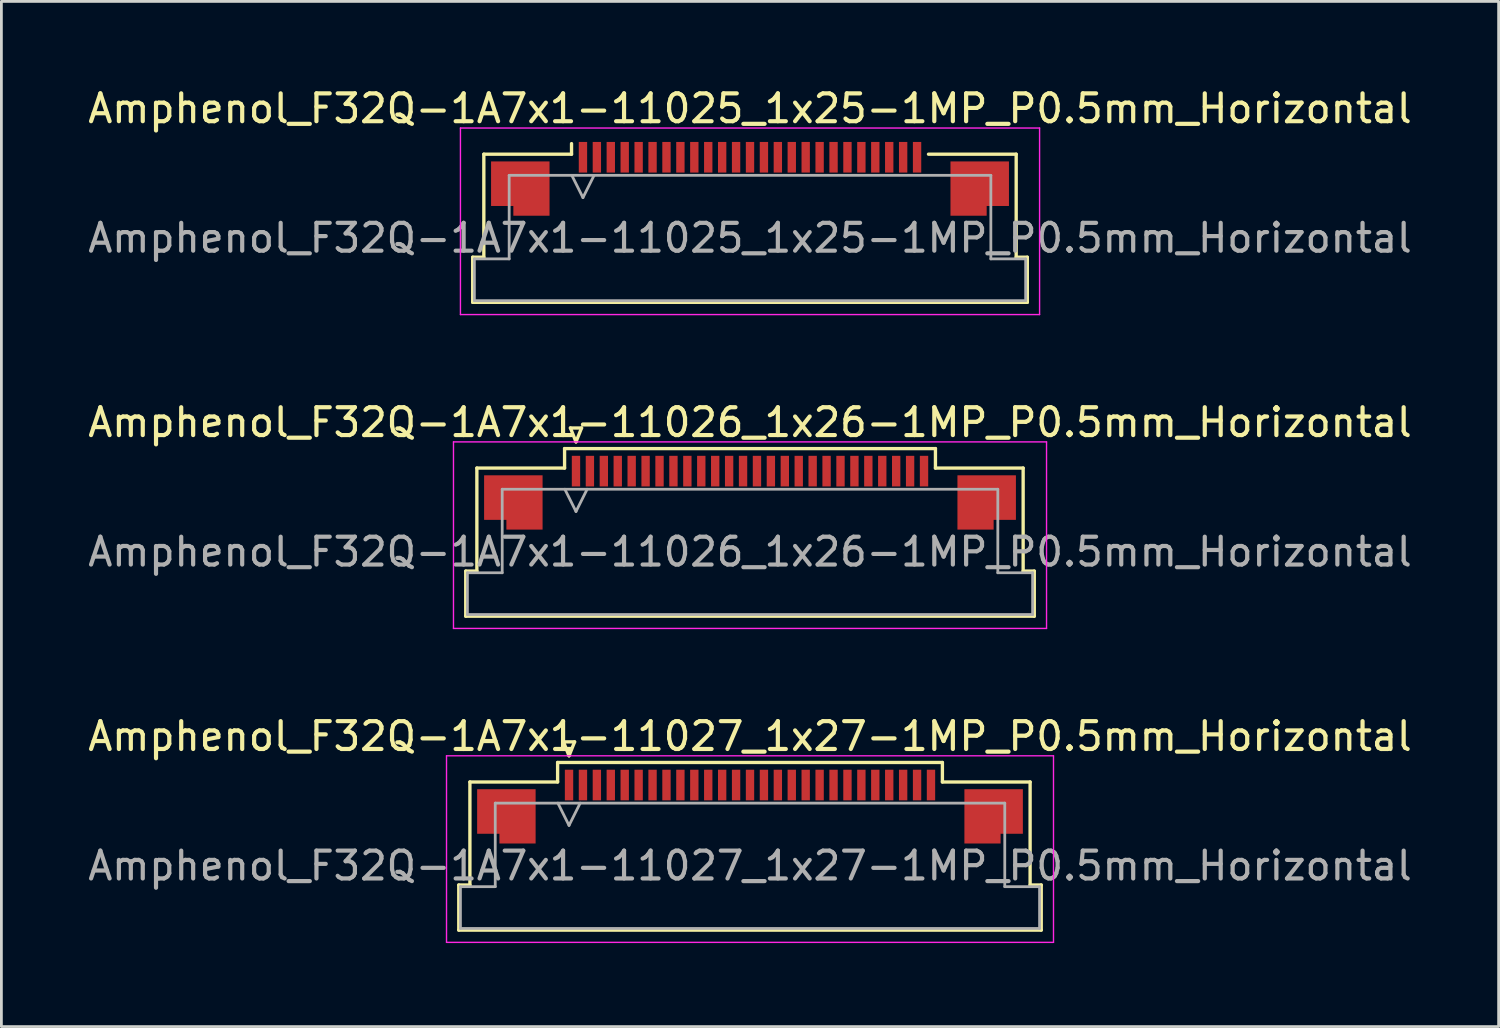
<source format=kicad_pcb>
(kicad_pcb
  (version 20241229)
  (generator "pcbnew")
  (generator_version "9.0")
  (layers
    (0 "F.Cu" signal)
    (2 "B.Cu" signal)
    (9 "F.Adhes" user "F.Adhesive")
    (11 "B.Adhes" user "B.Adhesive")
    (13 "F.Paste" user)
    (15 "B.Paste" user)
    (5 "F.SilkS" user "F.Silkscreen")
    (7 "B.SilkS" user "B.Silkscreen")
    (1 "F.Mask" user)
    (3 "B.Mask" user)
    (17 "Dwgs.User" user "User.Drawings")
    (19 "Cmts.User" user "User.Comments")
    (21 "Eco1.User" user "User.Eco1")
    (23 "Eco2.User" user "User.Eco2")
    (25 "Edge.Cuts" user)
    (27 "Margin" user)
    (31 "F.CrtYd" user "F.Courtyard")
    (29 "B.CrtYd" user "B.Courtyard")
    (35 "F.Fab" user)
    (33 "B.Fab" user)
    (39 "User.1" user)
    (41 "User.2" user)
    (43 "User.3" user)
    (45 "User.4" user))
  (footprint "Amphenol_F32Q-1A7x1-11025_1x25-1MP_P0.5mm_Horizontal"
    (layer "F.Cu")
    (at 23.887 5.498)
    (property "Reference" "Amphenol_F32Q-1A7x1-11025_1x25-1MP_P0.5mm_Horizontal" (at 0 -4.65 0) (layer "F.SilkS") (effects (font (size 1 1) (thickness 0.15))))
    (attr smd)
    (fp_line (start -9.96 0.69) (end -9.56 0.69) (stroke (width 0.12) (type solid)) (layer "F.SilkS"))
    (fp_line (start -9.96 2.31) (end -9.96 0.69) (stroke (width 0.12) (type solid)) (layer "F.SilkS"))
    (fp_line (start -9.56 -3.01) (end -6.41 -3.01) (stroke (width 0.12) (type solid)) (layer "F.SilkS"))
    (fp_line (start -9.56 0.69) (end -9.56 -3.01) (stroke (width 0.12) (type solid)) (layer "F.SilkS"))
    (fp_line (start -6.41 -3.01) (end -6.41 -3.39) (stroke (width 0.12) (type solid)) (layer "F.SilkS"))
    (fp_line (start 6.41 -3.01) (end 9.56 -3.01) (stroke (width 0.12) (type solid)) (layer "F.SilkS"))
    (fp_line (start 9.56 -3.01) (end 9.56 0.69) (stroke (width 0.12) (type solid)) (layer "F.SilkS"))
    (fp_line (start 9.56 0.69) (end 9.96 0.69) (stroke (width 0.12) (type solid)) (layer "F.SilkS"))
    (fp_line (start 9.96 0.69) (end 9.96 2.31) (stroke (width 0.12) (type solid)) (layer "F.SilkS"))
    (fp_line (start 9.96 2.31) (end -9.96 2.31) (stroke (width 0.12) (type solid)) (layer "F.SilkS"))
    (fp_line (start -10.4 -3.95) (end -10.4 2.75) (stroke (width 0.05) (type solid)) (layer "F.CrtYd"))
    (fp_line (start -10.4 2.75) (end 10.4 2.75) (stroke (width 0.05) (type solid)) (layer "F.CrtYd"))
    (fp_line (start 10.4 -3.95) (end -10.4 -3.95) (stroke (width 0.05) (type solid)) (layer "F.CrtYd"))
    (fp_line (start 10.4 2.75) (end 10.4 -3.95) (stroke (width 0.05) (type solid)) (layer "F.CrtYd"))
    (fp_line (start -9.9 0.75) (end -8.65 0.75) (stroke (width 0.1) (type solid)) (layer "F.Fab"))
    (fp_line (start -9.9 2.25) (end -9.9 0.75) (stroke (width 0.1) (type solid)) (layer "F.Fab"))
    (fp_line (start -8.65 -2.25) (end 8.65 -2.25) (stroke (width 0.1) (type solid)) (layer "F.Fab"))
    (fp_line (start -8.65 0.75) (end -8.65 -2.25) (stroke (width 0.1) (type solid)) (layer "F.Fab"))
    (fp_line (start -6.4 -2.25) (end -6 -1.45) (stroke (width 0.1) (type solid)) (layer "F.Fab"))
    (fp_line (start -6 -1.45) (end -5.6 -2.25) (stroke (width 0.1) (type solid)) (layer "F.Fab"))
    (fp_line (start 8.65 -2.25) (end 8.65 0.75) (stroke (width 0.1) (type solid)) (layer "F.Fab"))
    (fp_line (start 8.65 0.75) (end 9.9 0.75) (stroke (width 0.1) (type solid)) (layer "F.Fab"))
    (fp_line (start 9.9 0.75) (end 9.9 2.25) (stroke (width 0.1) (type solid)) (layer "F.Fab"))
    (fp_line (start 9.9 2.25) (end -9.9 2.25) (stroke (width 0.1) (type solid)) (layer "F.Fab"))
    (fp_text user "${REFERENCE}" (at 0 0 0) (layer "F.Fab") (effects (font (size 1 1) (thickness 0.15))))
    (pad "1" smd rect (at -6 -2.9) (size 0.3 1.1) (layers "F.Cu" "F.Mask" "F.Paste"))
    (pad "2" smd rect (at -5.5 -2.9) (size 0.3 1.1) (layers "F.Cu" "F.Mask" "F.Paste"))
    (pad "3" smd rect (at -5 -2.9) (size 0.3 1.1) (layers "F.Cu" "F.Mask" "F.Paste"))
    (pad "4" smd rect (at -4.5 -2.9) (size 0.3 1.1) (layers "F.Cu" "F.Mask" "F.Paste"))
    (pad "5" smd rect (at -4 -2.9) (size 0.3 1.1) (layers "F.Cu" "F.Mask" "F.Paste"))
    (pad "6" smd rect (at -3.5 -2.9) (size 0.3 1.1) (layers "F.Cu" "F.Mask" "F.Paste"))
    (pad "7" smd rect (at -3 -2.9) (size 0.3 1.1) (layers "F.Cu" "F.Mask" "F.Paste"))
    (pad "8" smd rect (at -2.5 -2.9) (size 0.3 1.1) (layers "F.Cu" "F.Mask" "F.Paste"))
    (pad "9" smd rect (at -2 -2.9) (size 0.3 1.1) (layers "F.Cu" "F.Mask" "F.Paste"))
    (pad "10" smd rect (at -1.5 -2.9) (size 0.3 1.1) (layers "F.Cu" "F.Mask" "F.Paste"))
    (pad "11" smd rect (at -1 -2.9) (size 0.3 1.1) (layers "F.Cu" "F.Mask" "F.Paste"))
    (pad "12" smd rect (at -0.5 -2.9) (size 0.3 1.1) (layers "F.Cu" "F.Mask" "F.Paste"))
    (pad "13" smd rect (at 0 -2.9) (size 0.3 1.1) (layers "F.Cu" "F.Mask" "F.Paste"))
    (pad "14" smd rect (at 0.5 -2.9) (size 0.3 1.1) (layers "F.Cu" "F.Mask" "F.Paste"))
    (pad "15" smd rect (at 1 -2.9) (size 0.3 1.1) (layers "F.Cu" "F.Mask" "F.Paste"))
    (pad "16" smd rect (at 1.5 -2.9) (size 0.3 1.1) (layers "F.Cu" "F.Mask" "F.Paste"))
    (pad "17" smd rect (at 2 -2.9) (size 0.3 1.1) (layers "F.Cu" "F.Mask" "F.Paste"))
    (pad "18" smd rect (at 2.5 -2.9) (size 0.3 1.1) (layers "F.Cu" "F.Mask" "F.Paste"))
    (pad "19" smd rect (at 3 -2.9) (size 0.3 1.1) (layers "F.Cu" "F.Mask" "F.Paste"))
    (pad "20" smd rect (at 3.5 -2.9) (size 0.3 1.1) (layers "F.Cu" "F.Mask" "F.Paste"))
    (pad "21" smd rect (at 4 -2.9) (size 0.3 1.1) (layers "F.Cu" "F.Mask" "F.Paste"))
    (pad "22" smd rect (at 4.5 -2.9) (size 0.3 1.1) (layers "F.Cu" "F.Mask" "F.Paste"))
    (pad "23" smd rect (at 5 -2.9) (size 0.3 1.1) (layers "F.Cu" "F.Mask" "F.Paste"))
    (pad "24" smd rect (at 5.5 -2.9) (size 0.3 1.1) (layers "F.Cu" "F.Mask" "F.Paste"))
    (pad "25" smd rect (at 6 -2.9) (size 0.3 1.1) (layers "F.Cu" "F.Mask" "F.Paste"))
    (pad "MP" smd custom (at -8.25 -1.775) (size 1 1) (layers "F.Cu" "F.Mask" "F.Paste") (options (anchor circle)) (primitives (gr_poly (pts (xy 1.05 -0.975) (xy 1.05 0.975) (xy -0.25 0.975) (xy -0.25 0.625) (xy -1.05 0.625) (xy -1.05 -0.975) (xy 1.05 -0.975)) (width 0) (fill yes))))
    (pad "MP" smd custom (at 8.25 -1.775) (size 1 1) (layers "F.Cu" "F.Mask" "F.Paste") (options (anchor circle)) (primitives (gr_poly (pts (xy -1.05 -0.975) (xy -1.05 0.975) (xy 0.25 0.975) (xy 0.25 0.625) (xy 1.05 0.625) (xy 1.05 -0.975) (xy -1.05 -0.975)) (width 0) (fill yes)))))
  (footprint "Amphenol_F32Q-1A7x1-11026_1x26-1MP_P0.5mm_Horizontal"
    (layer "F.Cu")
    (at 23.887 16.771)
    (property "Reference" "Amphenol_F32Q-1A7x1-11026_1x26-1MP_P0.5mm_Horizontal" (at 0 -4.65 0) (layer "F.SilkS") (effects (font (size 1 1) (thickness 0.15))))
    (attr smd)
    (fp_line (start -10.21 0.69) (end -9.81 0.69) (stroke (width 0.12) (type solid)) (layer "F.SilkS"))
    (fp_line (start -10.21 2.31) (end -10.21 0.69) (stroke (width 0.12) (type solid)) (layer "F.SilkS"))
    (fp_line (start -9.81 -3.01) (end -6.66 -3.01) (stroke (width 0.12) (type solid)) (layer "F.SilkS"))
    (fp_line (start -9.81 0.69) (end -9.81 -3.01) (stroke (width 0.12) (type solid)) (layer "F.SilkS"))
    (fp_line (start -6.66 -3.71) (end 6.66 -3.71) (stroke (width 0.12) (type solid)) (layer "F.SilkS"))
    (fp_line (start -6.66 -3.01) (end -6.66 -3.71) (stroke (width 0.12) (type solid)) (layer "F.SilkS"))
    (fp_line (start -6.45 -4.45) (end -6.25 -3.95) (stroke (width 0.12) (type solid)) (layer "F.SilkS"))
    (fp_line (start -6.25 -3.95) (end -6.05 -4.45) (stroke (width 0.12) (type solid)) (layer "F.SilkS"))
    (fp_line (start -6.05 -4.45) (end -6.45 -4.45) (stroke (width 0.12) (type solid)) (layer "F.SilkS"))
    (fp_line (start 6.66 -3.71) (end 6.66 -3.01) (stroke (width 0.12) (type solid)) (layer "F.SilkS"))
    (fp_line (start 6.66 -3.01) (end 9.81 -3.01) (stroke (width 0.12) (type solid)) (layer "F.SilkS"))
    (fp_line (start 9.81 -3.01) (end 9.81 0.69) (stroke (width 0.12) (type solid)) (layer "F.SilkS"))
    (fp_line (start 9.81 0.69) (end 10.21 0.69) (stroke (width 0.12) (type solid)) (layer "F.SilkS"))
    (fp_line (start 10.21 0.69) (end 10.21 2.31) (stroke (width 0.12) (type solid)) (layer "F.SilkS"))
    (fp_line (start 10.21 2.31) (end -10.21 2.31) (stroke (width 0.12) (type solid)) (layer "F.SilkS"))
    (fp_line (start -10.65 -3.95) (end -10.65 2.75) (stroke (width 0.05) (type solid)) (layer "F.CrtYd"))
    (fp_line (start -10.65 2.75) (end 10.65 2.75) (stroke (width 0.05) (type solid)) (layer "F.CrtYd"))
    (fp_line (start 10.65 -3.95) (end -10.65 -3.95) (stroke (width 0.05) (type solid)) (layer "F.CrtYd"))
    (fp_line (start 10.65 2.75) (end 10.65 -3.95) (stroke (width 0.05) (type solid)) (layer "F.CrtYd"))
    (fp_line (start -10.15 0.75) (end -8.9 0.75) (stroke (width 0.1) (type solid)) (layer "F.Fab"))
    (fp_line (start -10.15 2.25) (end -10.15 0.75) (stroke (width 0.1) (type solid)) (layer "F.Fab"))
    (fp_line (start -8.9 -2.25) (end 8.9 -2.25) (stroke (width 0.1) (type solid)) (layer "F.Fab"))
    (fp_line (start -8.9 0.75) (end -8.9 -2.25) (stroke (width 0.1) (type solid)) (layer "F.Fab"))
    (fp_line (start -6.65 -2.25) (end -6.25 -1.45) (stroke (width 0.1) (type solid)) (layer "F.Fab"))
    (fp_line (start -6.25 -1.45) (end -5.85 -2.25) (stroke (width 0.1) (type solid)) (layer "F.Fab"))
    (fp_line (start 8.9 -2.25) (end 8.9 0.75) (stroke (width 0.1) (type solid)) (layer "F.Fab"))
    (fp_line (start 8.9 0.75) (end 10.15 0.75) (stroke (width 0.1) (type solid)) (layer "F.Fab"))
    (fp_line (start 10.15 0.75) (end 10.15 2.25) (stroke (width 0.1) (type solid)) (layer "F.Fab"))
    (fp_line (start 10.15 2.25) (end -10.15 2.25) (stroke (width 0.1) (type solid)) (layer "F.Fab"))
    (fp_text user "${REFERENCE}" (at 0 0 0) (layer "F.Fab") (effects (font (size 1 1) (thickness 0.15))))
    (pad "1" smd rect (at -6.25 -2.9) (size 0.3 1.1) (layers "F.Cu" "F.Mask" "F.Paste"))
    (pad "2" smd rect (at -5.75 -2.9) (size 0.3 1.1) (layers "F.Cu" "F.Mask" "F.Paste"))
    (pad "3" smd rect (at -5.25 -2.9) (size 0.3 1.1) (layers "F.Cu" "F.Mask" "F.Paste"))
    (pad "4" smd rect (at -4.75 -2.9) (size 0.3 1.1) (layers "F.Cu" "F.Mask" "F.Paste"))
    (pad "5" smd rect (at -4.25 -2.9) (size 0.3 1.1) (layers "F.Cu" "F.Mask" "F.Paste"))
    (pad "6" smd rect (at -3.75 -2.9) (size 0.3 1.1) (layers "F.Cu" "F.Mask" "F.Paste"))
    (pad "7" smd rect (at -3.25 -2.9) (size 0.3 1.1) (layers "F.Cu" "F.Mask" "F.Paste"))
    (pad "8" smd rect (at -2.75 -2.9) (size 0.3 1.1) (layers "F.Cu" "F.Mask" "F.Paste"))
    (pad "9" smd rect (at -2.25 -2.9) (size 0.3 1.1) (layers "F.Cu" "F.Mask" "F.Paste"))
    (pad "10" smd rect (at -1.75 -2.9) (size 0.3 1.1) (layers "F.Cu" "F.Mask" "F.Paste"))
    (pad "11" smd rect (at -1.25 -2.9) (size 0.3 1.1) (layers "F.Cu" "F.Mask" "F.Paste"))
    (pad "12" smd rect (at -0.75 -2.9) (size 0.3 1.1) (layers "F.Cu" "F.Mask" "F.Paste"))
    (pad "13" smd rect (at -0.25 -2.9) (size 0.3 1.1) (layers "F.Cu" "F.Mask" "F.Paste"))
    (pad "14" smd rect (at 0.25 -2.9) (size 0.3 1.1) (layers "F.Cu" "F.Mask" "F.Paste"))
    (pad "15" smd rect (at 0.75 -2.9) (size 0.3 1.1) (layers "F.Cu" "F.Mask" "F.Paste"))
    (pad "16" smd rect (at 1.25 -2.9) (size 0.3 1.1) (layers "F.Cu" "F.Mask" "F.Paste"))
    (pad "17" smd rect (at 1.75 -2.9) (size 0.3 1.1) (layers "F.Cu" "F.Mask" "F.Paste"))
    (pad "18" smd rect (at 2.25 -2.9) (size 0.3 1.1) (layers "F.Cu" "F.Mask" "F.Paste"))
    (pad "19" smd rect (at 2.75 -2.9) (size 0.3 1.1) (layers "F.Cu" "F.Mask" "F.Paste"))
    (pad "20" smd rect (at 3.25 -2.9) (size 0.3 1.1) (layers "F.Cu" "F.Mask" "F.Paste"))
    (pad "21" smd rect (at 3.75 -2.9) (size 0.3 1.1) (layers "F.Cu" "F.Mask" "F.Paste"))
    (pad "22" smd rect (at 4.25 -2.9) (size 0.3 1.1) (layers "F.Cu" "F.Mask" "F.Paste"))
    (pad "23" smd rect (at 4.75 -2.9) (size 0.3 1.1) (layers "F.Cu" "F.Mask" "F.Paste"))
    (pad "24" smd rect (at 5.25 -2.9) (size 0.3 1.1) (layers "F.Cu" "F.Mask" "F.Paste"))
    (pad "25" smd rect (at 5.75 -2.9) (size 0.3 1.1) (layers "F.Cu" "F.Mask" "F.Paste"))
    (pad "26" smd rect (at 6.25 -2.9) (size 0.3 1.1) (layers "F.Cu" "F.Mask" "F.Paste"))
    (pad "MP" smd custom (at -8.5 -1.775) (size 1 1) (layers "F.Cu" "F.Mask" "F.Paste") (options (anchor circle)) (primitives (gr_poly (pts (xy 1.05 -0.975) (xy 1.05 0.975) (xy -0.25 0.975) (xy -0.25 0.625) (xy -1.05 0.625) (xy -1.05 -0.975) (xy 1.05 -0.975)) (width 0) (fill yes))))
    (pad "MP" smd custom (at 8.5 -1.775) (size 1 1) (layers "F.Cu" "F.Mask" "F.Paste") (options (anchor circle)) (primitives (gr_poly (pts (xy -1.05 -0.975) (xy -1.05 0.975) (xy 0.25 0.975) (xy 0.25 0.625) (xy 1.05 0.625) (xy 1.05 -0.975) (xy -1.05 -0.975)) (width 0) (fill yes)))))
  (footprint "Amphenol_F32Q-1A7x1-11027_1x27-1MP_P0.5mm_Horizontal"
    (layer "F.Cu")
    (at 23.887 28.045)
    (property "Reference" "Amphenol_F32Q-1A7x1-11027_1x27-1MP_P0.5mm_Horizontal" (at 0 -4.65 0) (layer "F.SilkS") (effects (font (size 1 1) (thickness 0.15))))
    (attr smd)
    (fp_line (start -10.46 0.69) (end -10.06 0.69) (stroke (width 0.12) (type solid)) (layer "F.SilkS"))
    (fp_line (start -10.46 2.31) (end -10.46 0.69) (stroke (width 0.12) (type solid)) (layer "F.SilkS"))
    (fp_line (start -10.06 -3.01) (end -6.91 -3.01) (stroke (width 0.12) (type solid)) (layer "F.SilkS"))
    (fp_line (start -10.06 0.69) (end -10.06 -3.01) (stroke (width 0.12) (type solid)) (layer "F.SilkS"))
    (fp_line (start -6.91 -3.71) (end 6.91 -3.71) (stroke (width 0.12) (type solid)) (layer "F.SilkS"))
    (fp_line (start -6.91 -3.01) (end -6.91 -3.71) (stroke (width 0.12) (type solid)) (layer "F.SilkS"))
    (fp_line (start -6.7 -4.45) (end -6.5 -3.95) (stroke (width 0.12) (type solid)) (layer "F.SilkS"))
    (fp_line (start -6.5 -3.95) (end -6.3 -4.45) (stroke (width 0.12) (type solid)) (layer "F.SilkS"))
    (fp_line (start -6.3 -4.45) (end -6.7 -4.45) (stroke (width 0.12) (type solid)) (layer "F.SilkS"))
    (fp_line (start 6.91 -3.71) (end 6.91 -3.01) (stroke (width 0.12) (type solid)) (layer "F.SilkS"))
    (fp_line (start 6.91 -3.01) (end 10.06 -3.01) (stroke (width 0.12) (type solid)) (layer "F.SilkS"))
    (fp_line (start 10.06 -3.01) (end 10.06 0.69) (stroke (width 0.12) (type solid)) (layer "F.SilkS"))
    (fp_line (start 10.06 0.69) (end 10.46 0.69) (stroke (width 0.12) (type solid)) (layer "F.SilkS"))
    (fp_line (start 10.46 0.69) (end 10.46 2.31) (stroke (width 0.12) (type solid)) (layer "F.SilkS"))
    (fp_line (start 10.46 2.31) (end -10.46 2.31) (stroke (width 0.12) (type solid)) (layer "F.SilkS"))
    (fp_line (start -10.9 -3.95) (end -10.9 2.75) (stroke (width 0.05) (type solid)) (layer "F.CrtYd"))
    (fp_line (start -10.9 2.75) (end 10.9 2.75) (stroke (width 0.05) (type solid)) (layer "F.CrtYd"))
    (fp_line (start 10.9 -3.95) (end -10.9 -3.95) (stroke (width 0.05) (type solid)) (layer "F.CrtYd"))
    (fp_line (start 10.9 2.75) (end 10.9 -3.95) (stroke (width 0.05) (type solid)) (layer "F.CrtYd"))
    (fp_line (start -10.4 0.75) (end -9.15 0.75) (stroke (width 0.1) (type solid)) (layer "F.Fab"))
    (fp_line (start -10.4 2.25) (end -10.4 0.75) (stroke (width 0.1) (type solid)) (layer "F.Fab"))
    (fp_line (start -9.15 -2.25) (end 9.15 -2.25) (stroke (width 0.1) (type solid)) (layer "F.Fab"))
    (fp_line (start -9.15 0.75) (end -9.15 -2.25) (stroke (width 0.1) (type solid)) (layer "F.Fab"))
    (fp_line (start -6.9 -2.25) (end -6.5 -1.45) (stroke (width 0.1) (type solid)) (layer "F.Fab"))
    (fp_line (start -6.5 -1.45) (end -6.1 -2.25) (stroke (width 0.1) (type solid)) (layer "F.Fab"))
    (fp_line (start 9.15 -2.25) (end 9.15 0.75) (stroke (width 0.1) (type solid)) (layer "F.Fab"))
    (fp_line (start 9.15 0.75) (end 10.4 0.75) (stroke (width 0.1) (type solid)) (layer "F.Fab"))
    (fp_line (start 10.4 0.75) (end 10.4 2.25) (stroke (width 0.1) (type solid)) (layer "F.Fab"))
    (fp_line (start 10.4 2.25) (end -10.4 2.25) (stroke (width 0.1) (type solid)) (layer "F.Fab"))
    (fp_text user "${REFERENCE}" (at 0 0 0) (layer "F.Fab") (effects (font (size 1 1) (thickness 0.15))))
    (pad "1" smd rect (at -6.5 -2.9) (size 0.3 1.1) (layers "F.Cu" "F.Mask" "F.Paste"))
    (pad "2" smd rect (at -6 -2.9) (size 0.3 1.1) (layers "F.Cu" "F.Mask" "F.Paste"))
    (pad "3" smd rect (at -5.5 -2.9) (size 0.3 1.1) (layers "F.Cu" "F.Mask" "F.Paste"))
    (pad "4" smd rect (at -5 -2.9) (size 0.3 1.1) (layers "F.Cu" "F.Mask" "F.Paste"))
    (pad "5" smd rect (at -4.5 -2.9) (size 0.3 1.1) (layers "F.Cu" "F.Mask" "F.Paste"))
    (pad "6" smd rect (at -4 -2.9) (size 0.3 1.1) (layers "F.Cu" "F.Mask" "F.Paste"))
    (pad "7" smd rect (at -3.5 -2.9) (size 0.3 1.1) (layers "F.Cu" "F.Mask" "F.Paste"))
    (pad "8" smd rect (at -3 -2.9) (size 0.3 1.1) (layers "F.Cu" "F.Mask" "F.Paste"))
    (pad "9" smd rect (at -2.5 -2.9) (size 0.3 1.1) (layers "F.Cu" "F.Mask" "F.Paste"))
    (pad "10" smd rect (at -2 -2.9) (size 0.3 1.1) (layers "F.Cu" "F.Mask" "F.Paste"))
    (pad "11" smd rect (at -1.5 -2.9) (size 0.3 1.1) (layers "F.Cu" "F.Mask" "F.Paste"))
    (pad "12" smd rect (at -1 -2.9) (size 0.3 1.1) (layers "F.Cu" "F.Mask" "F.Paste"))
    (pad "13" smd rect (at -0.5 -2.9) (size 0.3 1.1) (layers "F.Cu" "F.Mask" "F.Paste"))
    (pad "14" smd rect (at 0 -2.9) (size 0.3 1.1) (layers "F.Cu" "F.Mask" "F.Paste"))
    (pad "15" smd rect (at 0.5 -2.9) (size 0.3 1.1) (layers "F.Cu" "F.Mask" "F.Paste"))
    (pad "16" smd rect (at 1 -2.9) (size 0.3 1.1) (layers "F.Cu" "F.Mask" "F.Paste"))
    (pad "17" smd rect (at 1.5 -2.9) (size 0.3 1.1) (layers "F.Cu" "F.Mask" "F.Paste"))
    (pad "18" smd rect (at 2 -2.9) (size 0.3 1.1) (layers "F.Cu" "F.Mask" "F.Paste"))
    (pad "19" smd rect (at 2.5 -2.9) (size 0.3 1.1) (layers "F.Cu" "F.Mask" "F.Paste"))
    (pad "20" smd rect (at 3 -2.9) (size 0.3 1.1) (layers "F.Cu" "F.Mask" "F.Paste"))
    (pad "21" smd rect (at 3.5 -2.9) (size 0.3 1.1) (layers "F.Cu" "F.Mask" "F.Paste"))
    (pad "22" smd rect (at 4 -2.9) (size 0.3 1.1) (layers "F.Cu" "F.Mask" "F.Paste"))
    (pad "23" smd rect (at 4.5 -2.9) (size 0.3 1.1) (layers "F.Cu" "F.Mask" "F.Paste"))
    (pad "24" smd rect (at 5 -2.9) (size 0.3 1.1) (layers "F.Cu" "F.Mask" "F.Paste"))
    (pad "25" smd rect (at 5.5 -2.9) (size 0.3 1.1) (layers "F.Cu" "F.Mask" "F.Paste"))
    (pad "26" smd rect (at 6 -2.9) (size 0.3 1.1) (layers "F.Cu" "F.Mask" "F.Paste"))
    (pad "27" smd rect (at 6.5 -2.9) (size 0.3 1.1) (layers "F.Cu" "F.Mask" "F.Paste"))
    (pad "MP" smd custom (at -8.75 -1.775) (size 1 1) (layers "F.Cu" "F.Mask" "F.Paste") (options (anchor circle)) (primitives (gr_poly (pts (xy 1.05 -0.975) (xy 1.05 0.975) (xy -0.25 0.975) (xy -0.25 0.625) (xy -1.05 0.625) (xy -1.05 -0.975) (xy 1.05 -0.975)) (width 0) (fill yes))))
    (pad "MP" smd custom (at 8.75 -1.775) (size 1 1) (layers "F.Cu" "F.Mask" "F.Paste") (options (anchor circle)) (primitives (gr_poly (pts (xy -1.05 -0.975) (xy -1.05 0.975) (xy 0.25 0.975) (xy 0.25 0.625) (xy 1.05 0.625) (xy 1.05 -0.975) (xy -1.05 -0.975)) (width 0) (fill yes)))))
  (gr_rect
    (start -3 -3)
    (end 50.774 33.82)
    (stroke (width 0.1) (type default))
    (fill no)
    (layer "Edge.Cuts")))
</source>
